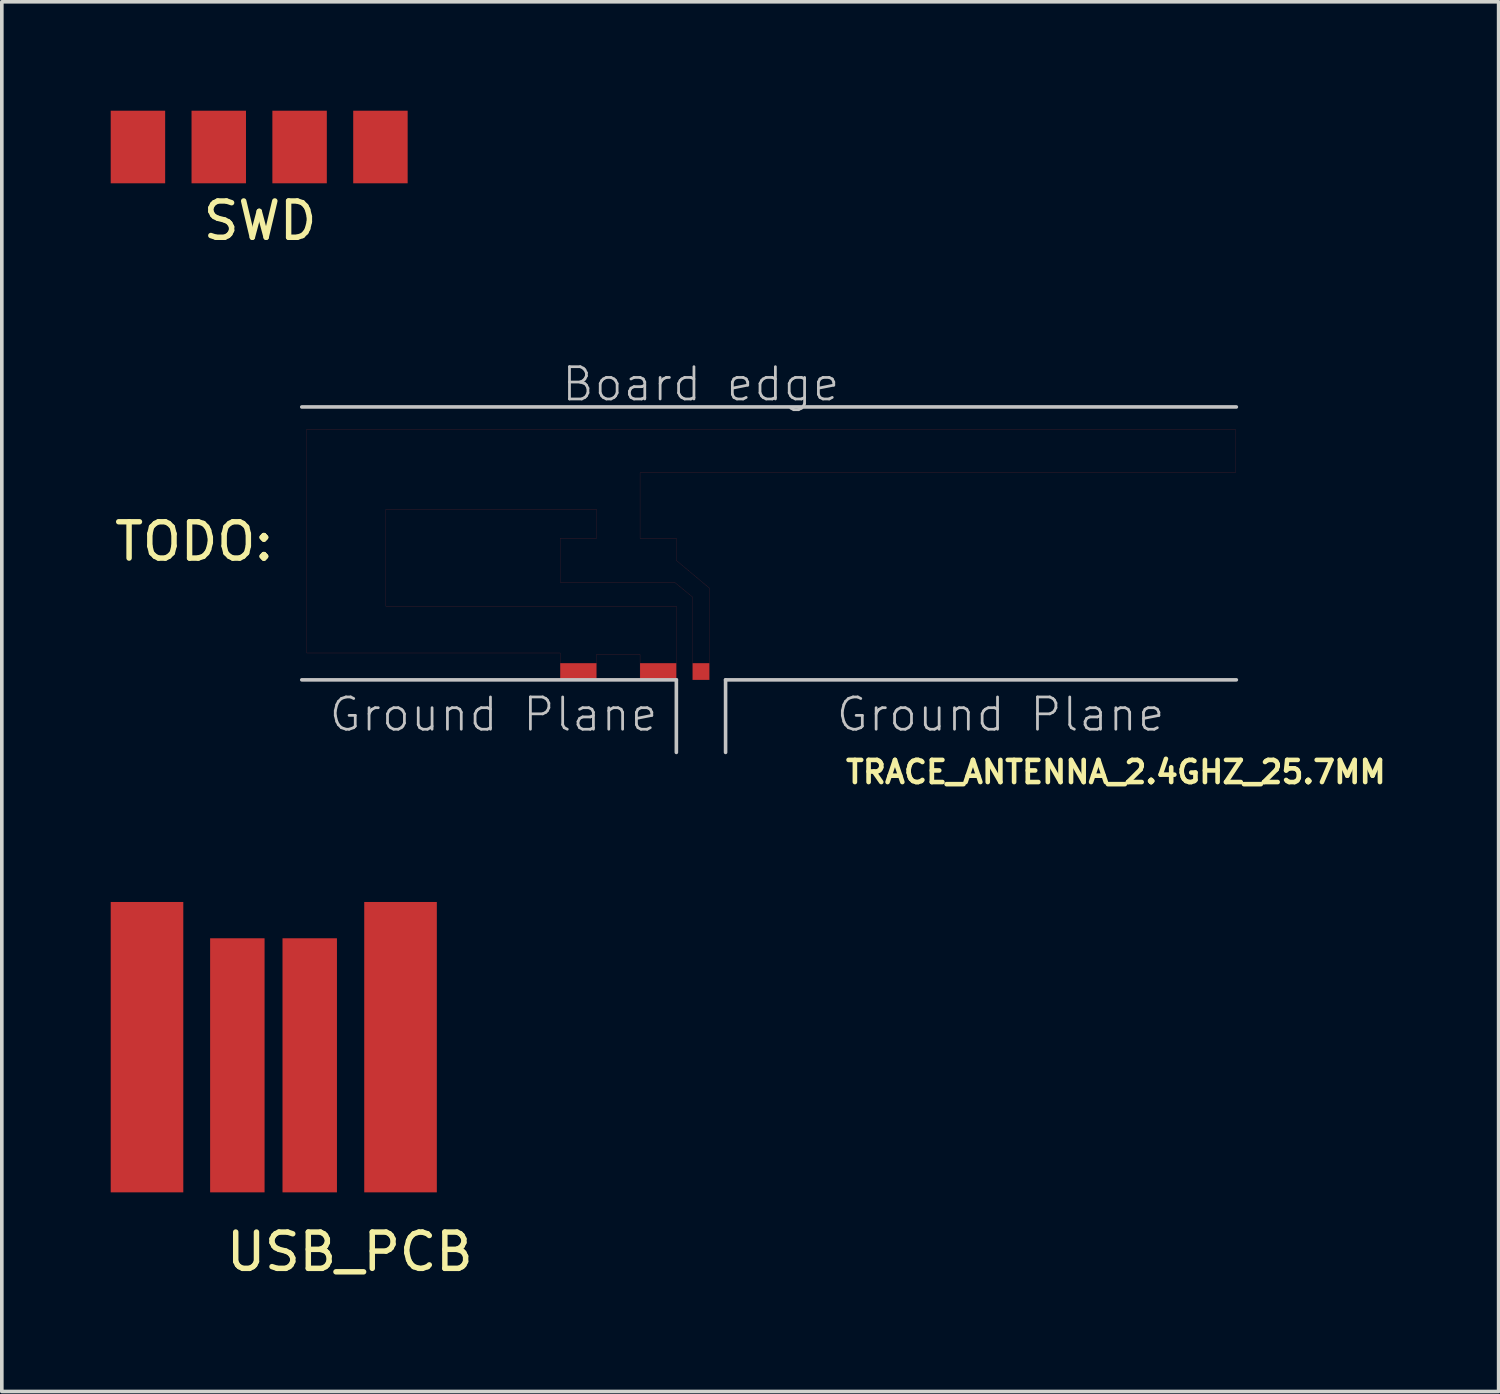
<source format=kicad_pcb>
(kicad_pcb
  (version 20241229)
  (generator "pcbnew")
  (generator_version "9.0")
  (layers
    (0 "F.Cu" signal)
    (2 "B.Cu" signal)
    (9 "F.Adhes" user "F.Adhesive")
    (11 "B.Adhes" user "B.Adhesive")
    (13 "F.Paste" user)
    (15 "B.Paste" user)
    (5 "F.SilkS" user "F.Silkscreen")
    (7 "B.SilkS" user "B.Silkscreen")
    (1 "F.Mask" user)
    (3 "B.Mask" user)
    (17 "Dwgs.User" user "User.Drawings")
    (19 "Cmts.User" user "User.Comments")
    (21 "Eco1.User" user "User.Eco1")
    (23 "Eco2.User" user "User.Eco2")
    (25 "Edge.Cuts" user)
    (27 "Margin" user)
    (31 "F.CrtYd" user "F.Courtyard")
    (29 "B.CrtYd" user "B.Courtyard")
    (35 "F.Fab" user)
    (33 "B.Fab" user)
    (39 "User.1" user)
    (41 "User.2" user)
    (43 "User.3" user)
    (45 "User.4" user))
  (footprint "SWD"
    (layer "F.Cu")
    (at 3.684 0.987)
    (property "Reference" "SWD" (at 0.432 2.045 0) (layer "F.SilkS") (effects (font (size 1 1) (thickness 0.15))))
    (attr through_hole)
    (pad "1" smd rect (at -2.934 0.013) (size 1.5 2) (layers "F.Cu" "F.Mask" "F.Paste"))
    (pad "2" smd rect (at -0.707 0.013 180) (size 1.5 2) (layers "F.Cu" "F.Mask" "F.Paste"))
    (pad "3" smd rect (at 1.52 0.013) (size 1.5 2) (layers "F.Cu" "F.Mask" "F.Paste"))
    (pad "4" smd rect (at 3.747 0.013) (size 1.5 2) (layers "F.Cu" "F.Mask" "F.Paste")))
  (footprint "TRACE_ANTENNA_2.4GHZ_25.7MM"
    (layer "F.Cu")
    (at 16.262 15.68)
    (property "Reference" "TRACE_ANTENNA_2.4GHZ_25.7MM" (at 11.43 2.54 0) (layer "F.SilkS") (effects (font (size 0.61 0.61) (thickness 0.127))))
    (attr smd)
    (fp_line (start -10.858 -6.909) (end 14.719 -6.909) (stroke (width 0.003) (type solid)) (layer "F.Cu"))
    (fp_line (start -10.858 -0.739) (end -10.858 -6.909) (stroke (width 0.003) (type solid)) (layer "F.Cu"))
    (fp_line (start -8.679 -4.699) (end -8.679 -2.029) (stroke (width 0.003) (type solid)) (layer "F.Cu"))
    (fp_line (start -8.679 -2.029) (end -0.678 -2.029) (stroke (width 0.003) (type solid)) (layer "F.Cu"))
    (fp_line (start -3.879 -3.899) (end -2.878 -3.899) (stroke (width 0.003) (type solid)) (layer "F.Cu"))
    (fp_line (start -3.879 -2.69) (end -3.879 -3.899) (stroke (width 0.003) (type solid)) (layer "F.Cu"))
    (fp_line (start -3.879 -0.739) (end -10.858 -0.739) (stroke (width 0.003) (type solid)) (layer "F.Cu"))
    (fp_line (start -3.879 0) (end -3.879 -0.739) (stroke (width 0.003) (type solid)) (layer "F.Cu"))
    (fp_line (start -2.878 -4.699) (end -8.679 -4.699) (stroke (width 0.003) (type solid)) (layer "F.Cu"))
    (fp_line (start -2.878 -3.899) (end -2.878 -4.699) (stroke (width 0.003) (type solid)) (layer "F.Cu"))
    (fp_line (start -2.878 -0.699) (end -2.878 0) (stroke (width 0.003) (type solid)) (layer "F.Cu"))
    (fp_line (start -2.878 0) (end -3.879 0) (stroke (width 0.003) (type solid)) (layer "F.Cu"))
    (fp_line (start -1.679 -5.7) (end -1.679 -3.899) (stroke (width 0.003) (type solid)) (layer "F.Cu"))
    (fp_line (start -1.679 -3.899) (end -0.678 -3.899) (stroke (width 0.003) (type solid)) (layer "F.Cu"))
    (fp_line (start -1.679 -0.699) (end -2.878 -0.699) (stroke (width 0.003) (type solid)) (layer "F.Cu"))
    (fp_line (start -1.679 0) (end -1.679 -0.699) (stroke (width 0.003) (type solid)) (layer "F.Cu"))
    (fp_line (start -0.729 -2.69) (end -3.879 -2.69) (stroke (width 0.003) (type solid)) (layer "F.Cu"))
    (fp_line (start -0.678 -3.899) (end -0.678 -3.289) (stroke (width 0.003) (type solid)) (layer "F.Cu"))
    (fp_line (start -0.678 -3.289) (end 0.229 -2.53) (stroke (width 0.003) (type solid)) (layer "F.Cu"))
    (fp_line (start -0.678 -2.029) (end -0.678 0) (stroke (width 0.003) (type solid)) (layer "F.Cu"))
    (fp_line (start -0.678 0) (end -1.679 0) (stroke (width 0.003) (type solid)) (layer "F.Cu"))
    (fp_line (start -0.229 -2.278) (end -0.729 -2.69) (stroke (width 0.003) (type solid)) (layer "F.Cu"))
    (fp_line (start -0.229 0) (end -0.229 -2.278) (stroke (width 0.003) (type solid)) (layer "F.Cu"))
    (fp_line (start 0.229 -2.53) (end 0.229 0) (stroke (width 0.003) (type solid)) (layer "F.Cu"))
    (fp_line (start 0.229 0) (end -0.229 0) (stroke (width 0.003) (type solid)) (layer "F.Cu"))
    (fp_line (start 14.719 -6.909) (end 14.719 -5.7) (stroke (width 0.003) (type solid)) (layer "F.Cu"))
    (fp_line (start 14.719 -5.7) (end -1.679 -5.7) (stroke (width 0.003) (type solid)) (layer "F.Cu"))
    (fp_line (start -10.998 -7.518) (end 14.75 -7.518) (stroke (width 0.099) (type solid)) (layer "Dwgs.User"))
    (fp_line (start -0.678 0) (end -10.998 0) (stroke (width 0.099) (type solid)) (layer "Dwgs.User"))
    (fp_line (start -0.678 1.999) (end -0.678 0) (stroke (width 0.099) (type solid)) (layer "Dwgs.User"))
    (fp_line (start 0.678 0) (end 0.678 1.999) (stroke (width 0.099) (type solid)) (layer "Dwgs.User"))
    (fp_line (start 0.678 0) (end 14.75 0) (stroke (width 0.099) (type solid)) (layer "Dwgs.User"))
    (fp_text user "TODO:" (at -13.97 -3.81 0) (layer "F.SilkS") (effects (font (size 1 1) (thickness 0.15))))
    (fp_text user "Board edge" (at -0.003 -8.146 0) (layer "Dwgs.User") (effects (font (size 0.889 0.889) (thickness 0.076))))
    (fp_text user "Ground Plane" (at -5.715 0.953 0) (layer "Dwgs.User") (effects (font (size 0.889 0.889) (thickness 0.076))))
    (fp_text user "Ground Plane" (at 8.255 0.953 0) (layer "Dwgs.User") (effects (font (size 0.889 0.889) (thickness 0.076))))
    (pad "ANT" smd rect (at 0 -0.229) (size 0.46 0.46) (layers "F.Cu" "F.Mask" "F.Paste"))
    (pad "GND" smd rect (at -1.179 -0.229) (size 0.998 0.46) (layers "F.Cu" "F.Mask" "F.Paste"))
    (pad "GND2" smd rect (at -3.378 -0.229) (size 0.998 0.46) (layers "F.Cu" "F.Mask" "F.Paste")))
  (footprint "USB_PCB"
    (layer "F.Cu")
    (at 4.937 26.579)
    (property "Reference" "USB_PCB" (at 1.65 4.86 0) (layer "F.SilkS") (effects (font (size 1 1) (thickness 0.15))))
    (attr smd)
    (pad "1" connect rect (at -3.937 -0.779) (size 2 8) (layers "F.Cu" "F.Mask"))
    (pad "2" connect rect (at -1.448 -0.279) (size 1.5 7) (layers "F.Cu" "F.Mask"))
    (pad "3" connect rect (at 0.546 -0.279) (size 1.5 7) (layers "F.Cu" "F.Mask"))
    (pad "4" connect rect (at 3.048 -0.779) (size 2 8) (layers "F.Cu" "F.Mask")))
  (gr_rect
    (start -3 -3)
    (end 38.238 35.287)
    (stroke (width 0.1) (type default))
    (fill no)
    (layer "Edge.Cuts")))
</source>
